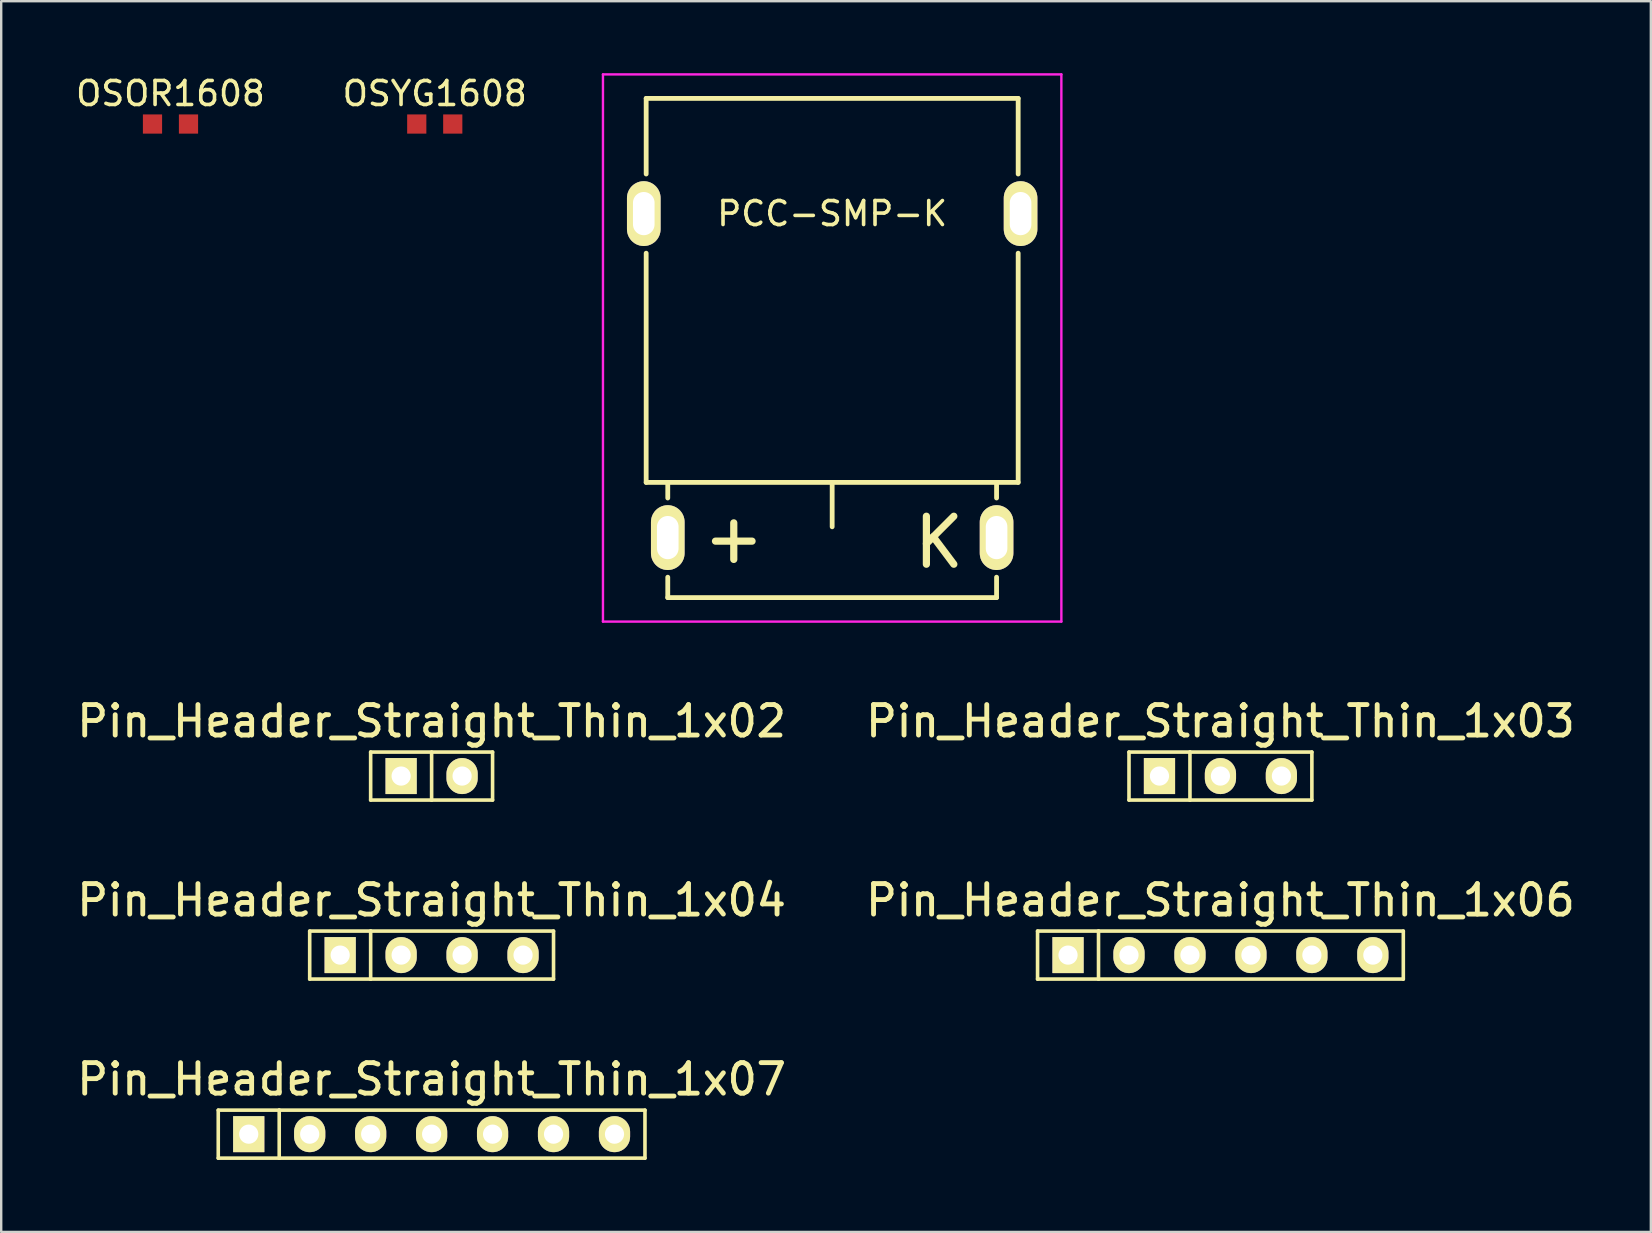
<source format=kicad_pcb>
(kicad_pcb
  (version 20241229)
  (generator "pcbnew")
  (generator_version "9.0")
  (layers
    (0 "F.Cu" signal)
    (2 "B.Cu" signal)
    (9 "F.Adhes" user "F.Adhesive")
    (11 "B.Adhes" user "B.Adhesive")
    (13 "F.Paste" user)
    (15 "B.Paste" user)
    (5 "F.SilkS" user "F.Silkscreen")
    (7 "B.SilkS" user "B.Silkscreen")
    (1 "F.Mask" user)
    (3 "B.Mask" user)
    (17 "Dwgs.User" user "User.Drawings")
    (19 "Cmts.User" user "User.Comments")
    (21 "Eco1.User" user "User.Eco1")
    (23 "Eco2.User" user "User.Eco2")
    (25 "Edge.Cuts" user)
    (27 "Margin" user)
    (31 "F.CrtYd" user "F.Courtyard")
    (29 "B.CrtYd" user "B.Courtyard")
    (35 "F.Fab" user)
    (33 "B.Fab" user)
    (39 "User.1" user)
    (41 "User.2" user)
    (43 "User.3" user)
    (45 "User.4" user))
  (footprint "OSYG1608"
    (layer "F.Cu")
    (at 15.065 2.118)
    (property "Reference" "OSYG1608" (at 0 -1.27 0) (layer "F.SilkS") (effects (font (size 1 1) (thickness 0.15))))
    (attr through_hole)
    (pad "1" smd rect (at -0.75 0) (size 0.8 0.8) (layers "F.Cu" "F.Mask" "F.Paste"))
    (pad "2" smd rect (at 0.75 0) (size 0.8 0.8) (layers "F.Cu" "F.Mask" "F.Paste")))
  (footprint "OSOR1608"
    (layer "F.Cu")
    (at 4.054 2.118)
    (property "Reference" "OSOR1608" (at 0 -1.27 0) (layer "F.SilkS") (effects (font (size 1 1) (thickness 0.15))))
    (attr through_hole)
    (pad "1" smd rect (at -0.75 0) (size 0.8 0.8) (layers "F.Cu" "F.Mask" "F.Paste"))
    (pad "2" smd rect (at 0.75 0) (size 0.8 0.8) (layers "F.Cu" "F.Mask" "F.Paste")))
  (footprint "Pin_Header_Straight_Thin_1x03"
    (layer "F.Cu")
    (at 47.802 29.286)
    (property "Reference" "Pin_Header_Straight_Thin_1x03" (at 0 -2.286 0) (layer "F.SilkS") (effects (font (size 1.27 1.27) (thickness 0.203))))
    (attr through_hole)
    (fp_line (start -3.81 -1) (end -3.81 1) (stroke (width 0.15) (type solid)) (layer "F.SilkS"))
    (fp_line (start -3.81 -1) (end -1.27 -1) (stroke (width 0.15) (type solid)) (layer "F.SilkS"))
    (fp_line (start -3.81 1) (end -1.27 1) (stroke (width 0.15) (type solid)) (layer "F.SilkS"))
    (fp_line (start -1.27 -1) (end -1.27 1) (stroke (width 0.15) (type solid)) (layer "F.SilkS"))
    (fp_line (start -1.27 1) (end 3.81 1) (stroke (width 0.15) (type solid)) (layer "F.SilkS"))
    (fp_line (start 3.81 -1) (end -1.27 -1) (stroke (width 0.15) (type solid)) (layer "F.SilkS"))
    (fp_line (start 3.81 1) (end 3.81 -1) (stroke (width 0.15) (type solid)) (layer "F.SilkS"))
    (pad "1" thru_hole rect (at -2.54 0) (size 1.3 1.5) (drill 0.8) (layers "*.Cu" "*.Mask" "F.SilkS"))
    (pad "2" thru_hole oval (at 0 0) (size 1.3 1.5) (drill 0.8) (layers "*.Cu" "*.Mask" "F.SilkS"))
    (pad "3" thru_hole oval (at 2.54 0) (size 1.3 1.5) (drill 0.8) (layers "*.Cu" "*.Mask" "F.SilkS")))
  (footprint "Pin_Header_Straight_Thin_1x07"
    (layer "F.Cu")
    (at 14.934 44.207)
    (property "Reference" "Pin_Header_Straight_Thin_1x07" (at 0 -2.286 0) (layer "F.SilkS") (effects (font (size 1.27 1.27) (thickness 0.203))))
    (attr through_hole)
    (fp_line (start -8.89 -1) (end -8.89 1) (stroke (width 0.15) (type solid)) (layer "F.SilkS"))
    (fp_line (start -8.89 -1) (end -6.35 -1) (stroke (width 0.15) (type solid)) (layer "F.SilkS"))
    (fp_line (start -8.89 1) (end -6.35 1) (stroke (width 0.15) (type solid)) (layer "F.SilkS"))
    (fp_line (start -6.35 -1) (end -6.35 1) (stroke (width 0.15) (type solid)) (layer "F.SilkS"))
    (fp_line (start -6.35 -1) (end 8.89 -1) (stroke (width 0.15) (type solid)) (layer "F.SilkS"))
    (fp_line (start 8.89 -1) (end 8.89 1) (stroke (width 0.15) (type solid)) (layer "F.SilkS"))
    (fp_line (start 8.89 1) (end -6.35 1) (stroke (width 0.15) (type solid)) (layer "F.SilkS"))
    (pad "1" thru_hole rect (at -7.62 0) (size 1.3 1.5) (drill 0.8) (layers "*.Cu" "*.Mask" "F.SilkS"))
    (pad "2" thru_hole oval (at -5.08 0) (size 1.3 1.5) (drill 0.8) (layers "*.Cu" "*.Mask" "F.SilkS"))
    (pad "3" thru_hole oval (at -2.54 0) (size 1.3 1.5) (drill 0.8) (layers "*.Cu" "*.Mask" "F.SilkS"))
    (pad "4" thru_hole oval (at 0 0) (size 1.3 1.5) (drill 0.8) (layers "*.Cu" "*.Mask" "F.SilkS"))
    (pad "5" thru_hole oval (at 2.54 0) (size 1.3 1.5) (drill 0.8) (layers "*.Cu" "*.Mask" "F.SilkS"))
    (pad "6" thru_hole oval (at 5.08 0) (size 1.3 1.5) (drill 0.8) (layers "*.Cu" "*.Mask" "F.SilkS"))
    (pad "7" thru_hole oval (at 7.62 0) (size 1.3 1.5) (drill 0.8) (layers "*.Cu" "*.Mask" "F.SilkS")))
  (footprint "Pin_Header_Straight_Thin_1x06"
    (layer "F.Cu")
    (at 47.802 36.746)
    (property "Reference" "Pin_Header_Straight_Thin_1x06" (at 0 -2.286 0) (layer "F.SilkS") (effects (font (size 1.27 1.27) (thickness 0.203))))
    (attr through_hole)
    (fp_line (start -7.62 -1) (end -7.62 1) (stroke (width 0.15) (type solid)) (layer "F.SilkS"))
    (fp_line (start -7.62 -1) (end -5.08 -1) (stroke (width 0.15) (type solid)) (layer "F.SilkS"))
    (fp_line (start -7.62 1) (end -5.08 1) (stroke (width 0.15) (type solid)) (layer "F.SilkS"))
    (fp_line (start -5.08 -1) (end -5.08 1) (stroke (width 0.15) (type solid)) (layer "F.SilkS"))
    (fp_line (start -5.08 -1) (end 7.62 -1) (stroke (width 0.15) (type solid)) (layer "F.SilkS"))
    (fp_line (start 7.62 -1) (end 7.62 1) (stroke (width 0.15) (type solid)) (layer "F.SilkS"))
    (fp_line (start 7.62 1) (end -5.08 1) (stroke (width 0.15) (type solid)) (layer "F.SilkS"))
    (pad "1" thru_hole rect (at -6.35 0) (size 1.3 1.5) (drill 0.8) (layers "*.Cu" "*.Mask" "F.SilkS"))
    (pad "2" thru_hole oval (at -3.81 0) (size 1.3 1.5) (drill 0.8) (layers "*.Cu" "*.Mask" "F.SilkS"))
    (pad "3" thru_hole oval (at -1.27 0) (size 1.3 1.5) (drill 0.8) (layers "*.Cu" "*.Mask" "F.SilkS"))
    (pad "4" thru_hole oval (at 1.27 0) (size 1.3 1.5) (drill 0.8) (layers "*.Cu" "*.Mask" "F.SilkS"))
    (pad "5" thru_hole oval (at 3.81 0) (size 1.3 1.5) (drill 0.8) (layers "*.Cu" "*.Mask" "F.SilkS"))
    (pad "6" thru_hole oval (at 6.35 0) (size 1.3 1.5) (drill 0.8) (layers "*.Cu" "*.Mask" "F.SilkS")))
  (footprint "Pin_Header_Straight_Thin_1x02"
    (layer "F.Cu")
    (at 14.934 29.286)
    (property "Reference" "Pin_Header_Straight_Thin_1x02" (at 0 -2.286 0) (layer "F.SilkS") (effects (font (size 1.27 1.27) (thickness 0.203))))
    (attr through_hole)
    (fp_line (start -2.54 -1) (end -2.54 1) (stroke (width 0.15) (type solid)) (layer "F.SilkS"))
    (fp_line (start -2.54 1) (end 0 1) (stroke (width 0.15) (type solid)) (layer "F.SilkS"))
    (fp_line (start 0 -1) (end 0 1) (stroke (width 0.15) (type solid)) (layer "F.SilkS"))
    (fp_line (start 0 1) (end 2.54 1) (stroke (width 0.15) (type solid)) (layer "F.SilkS"))
    (fp_line (start 2.54 -1) (end -2.54 -1) (stroke (width 0.15) (type solid)) (layer "F.SilkS"))
    (fp_line (start 2.54 1) (end 2.54 -1) (stroke (width 0.15) (type solid)) (layer "F.SilkS"))
    (pad "1" thru_hole rect (at -1.27 0) (size 1.3 1.5) (drill 0.8) (layers "*.Cu" "*.Mask" "F.SilkS"))
    (pad "2" thru_hole oval (at 1.27 0) (size 1.3 1.5) (drill 0.8) (layers "*.Cu" "*.Mask" "F.SilkS")))
  (footprint "PCC-SMP-K"
    (layer "F.Cu")
    (at 31.624 5.85)
    (property "Reference" "PCC-SMP-K" (at 0 0 0) (layer "F.SilkS") (effects (font (size 1 1) (thickness 0.15))))
    (attr through_hole)
    (fp_line (start -7.75 -4.8) (end -7.75 -1.65) (stroke (width 0.2) (type solid)) (layer "F.SilkS"))
    (fp_line (start -7.75 -4.8) (end 7.75 -4.8) (stroke (width 0.2) (type solid)) (layer "F.SilkS"))
    (fp_line (start -7.75 11.2) (end -7.75 1.65) (stroke (width 0.2) (type solid)) (layer "F.SilkS"))
    (fp_line (start -6.85 11.2) (end -6.85 11.85) (stroke (width 0.2) (type solid)) (layer "F.SilkS"))
    (fp_line (start -6.85 16) (end -6.85 15.15) (stroke (width 0.2) (type solid)) (layer "F.SilkS"))
    (fp_line (start -6.85 16) (end 6.85 16) (stroke (width 0.2) (type solid)) (layer "F.SilkS"))
    (fp_line (start 0 11.25) (end 0 13.05) (stroke (width 0.2) (type solid)) (layer "F.SilkS"))
    (fp_line (start 6.85 11.2) (end 6.85 11.85) (stroke (width 0.2) (type solid)) (layer "F.SilkS"))
    (fp_line (start 6.85 16) (end 6.85 15.15) (stroke (width 0.2) (type solid)) (layer "F.SilkS"))
    (fp_line (start 7.75 -4.8) (end 7.75 -1.65) (stroke (width 0.2) (type solid)) (layer "F.SilkS"))
    (fp_line (start 7.75 11.2) (end -7.75 11.2) (stroke (width 0.2) (type solid)) (layer "F.SilkS"))
    (fp_line (start 7.75 11.2) (end 7.75 1.65) (stroke (width 0.2) (type solid)) (layer "F.SilkS"))
    (fp_line (start -9.55 -5.8) (end 9.55 -5.8) (stroke (width 0.1) (type solid)) (layer "F.CrtYd"))
    (fp_line (start -9.55 17) (end -9.55 -5.8) (stroke (width 0.1) (type solid)) (layer "F.CrtYd"))
    (fp_line (start 9.55 -5.8) (end 9.55 17) (stroke (width 0.1) (type solid)) (layer "F.CrtYd"))
    (fp_line (start 9.55 17) (end -9.55 17) (stroke (width 0.1) (type solid)) (layer "F.CrtYd"))
    (fp_text user "K" (at 4.45 13.7 0) (layer "F.SilkS") (effects (font (size 2 2) (thickness 0.3))))
    (fp_text user "+" (at -4.1 13.5 0) (layer "F.SilkS") (effects (font (size 2 2) (thickness 0.3))))
    (pad "BNDK" thru_hole oval (at 7.85 0) (size 1.4 2.7) (drill oval 0.9 1.8) (layers "*.Cu" "*.Mask" "F.SilkS"))
    (pad "BNDP" thru_hole oval (at -7.85 0) (size 1.4 2.7) (drill oval 0.9 1.8) (layers "*.Cu" "*.Mask" "F.SilkS"))
    (pad "K" thru_hole oval (at 6.85 13.5) (size 1.4 2.7) (drill oval 0.9 1.8) (layers "*.Cu" "*.Mask" "F.SilkS"))
    (pad "Plus" thru_hole oval (at -6.85 13.5) (size 1.4 2.7) (drill oval 0.9 1.8) (layers "*.Cu" "*.Mask" "F.SilkS")))
  (footprint "Pin_Header_Straight_Thin_1x04"
    (layer "F.Cu")
    (at 14.934 36.746)
    (property "Reference" "Pin_Header_Straight_Thin_1x04" (at 0 -2.286 0) (layer "F.SilkS") (effects (font (size 1.27 1.27) (thickness 0.203))))
    (attr through_hole)
    (fp_line (start -5.08 -1) (end -5.08 1) (stroke (width 0.15) (type solid)) (layer "F.SilkS"))
    (fp_line (start -5.08 -1) (end -2.54 -1) (stroke (width 0.15) (type solid)) (layer "F.SilkS"))
    (fp_line (start -5.08 1) (end -2.54 1) (stroke (width 0.15) (type solid)) (layer "F.SilkS"))
    (fp_line (start -2.54 -1) (end -2.54 1) (stroke (width 0.15) (type solid)) (layer "F.SilkS"))
    (fp_line (start -2.54 -1) (end 5.08 -1) (stroke (width 0.15) (type solid)) (layer "F.SilkS"))
    (fp_line (start -2.54 1) (end 5.08 1) (stroke (width 0.15) (type solid)) (layer "F.SilkS"))
    (fp_line (start 5.08 1) (end 5.08 -1) (stroke (width 0.15) (type solid)) (layer "F.SilkS"))
    (pad "1" thru_hole rect (at -3.81 0) (size 1.3 1.5) (drill 0.8) (layers "*.Cu" "*.Mask" "F.SilkS"))
    (pad "2" thru_hole oval (at -1.27 0) (size 1.3 1.5) (drill 0.8) (layers "*.Cu" "*.Mask" "F.SilkS"))
    (pad "3" thru_hole oval (at 1.27 0) (size 1.3 1.5) (drill 0.8) (layers "*.Cu" "*.Mask" "F.SilkS"))
    (pad "4" thru_hole oval (at 3.81 0) (size 1.3 1.5) (drill 0.8) (layers "*.Cu" "*.Mask" "F.SilkS")))
  (gr_rect
    (start -3 -3)
    (end 65.736 48.282)
    (stroke (width 0.1) (type default))
    (fill no)
    (layer "Edge.Cuts")))
</source>
